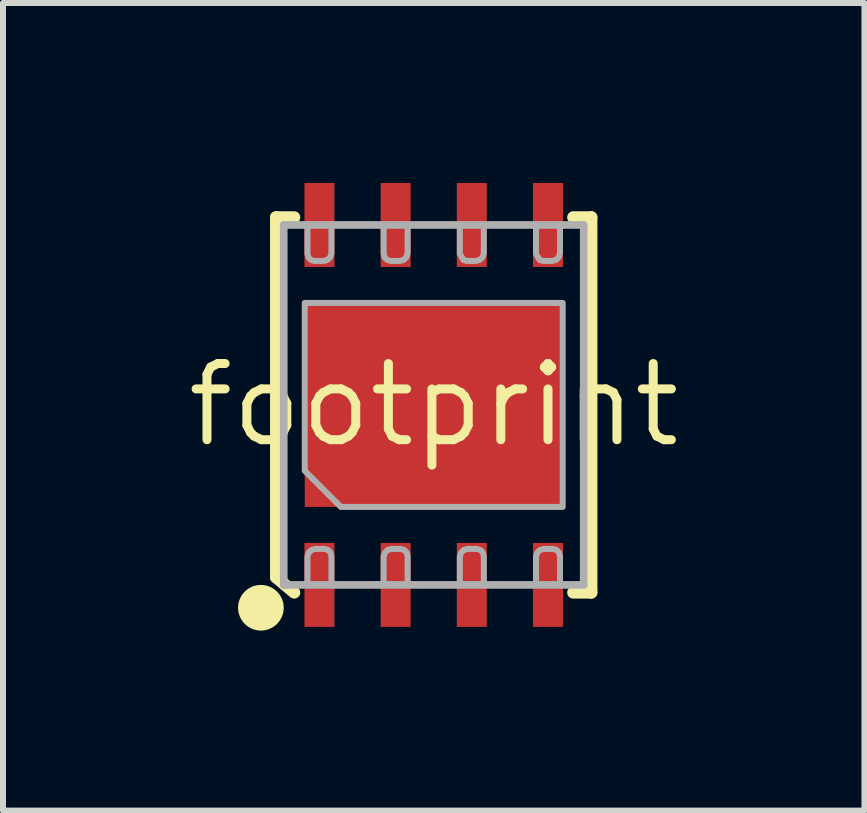
<source format=kicad_pcb>
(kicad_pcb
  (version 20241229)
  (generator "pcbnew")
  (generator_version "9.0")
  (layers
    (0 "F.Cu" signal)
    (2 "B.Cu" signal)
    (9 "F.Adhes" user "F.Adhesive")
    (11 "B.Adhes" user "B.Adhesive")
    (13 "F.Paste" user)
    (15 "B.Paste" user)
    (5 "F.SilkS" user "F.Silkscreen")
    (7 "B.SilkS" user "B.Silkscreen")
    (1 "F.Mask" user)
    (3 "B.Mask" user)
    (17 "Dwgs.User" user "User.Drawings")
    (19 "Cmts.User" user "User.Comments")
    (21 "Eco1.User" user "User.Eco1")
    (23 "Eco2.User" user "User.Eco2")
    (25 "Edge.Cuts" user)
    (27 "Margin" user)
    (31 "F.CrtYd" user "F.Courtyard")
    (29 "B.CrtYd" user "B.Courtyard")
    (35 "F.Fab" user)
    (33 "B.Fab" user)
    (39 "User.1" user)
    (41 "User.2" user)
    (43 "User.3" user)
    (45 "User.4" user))
  (footprint "footprint"
    (layer "F.Cu")
    (at 4.18 3.7)
    (property "Reference" "footprint" (at 0 0 0) (layer "F.SilkS") (effects (font (size 1.27 1.27) (thickness 0.15))))
    (fp_line (start -2.627 -3.127) (end -2.627 2.873) (stroke (width 0.203) (type solid)) (layer "F.SilkS"))
    (fp_line (start -2.627 2.873) (end -2.326 3.127) (stroke (width 0.203) (type solid)) (layer "F.SilkS"))
    (fp_line (start -2.326 -3.127) (end -2.627 -3.127) (stroke (width 0.203) (type solid)) (layer "F.SilkS"))
    (fp_line (start 2.326 3.127) (end 2.627 3.127) (stroke (width 0.203) (type solid)) (layer "F.SilkS"))
    (fp_line (start 2.627 -3.127) (end 2.326 -3.127) (stroke (width 0.203) (type solid)) (layer "F.SilkS"))
    (fp_line (start 2.627 3.127) (end 2.627 -3.127) (stroke (width 0.203) (type solid)) (layer "F.SilkS"))
    (fp_circle (center -2.881 3.381) (end -2.691 3.381) (stroke (width 0.381) (type solid)) (fill yes) (layer "F.SilkS"))
    (fp_line (start -2.5 -3) (end -2.5 3) (stroke (width 0.127) (type solid)) (layer "F.Fab"))
    (fp_line (start -2.5 3) (end 2.5 3) (stroke (width 0.127) (type solid)) (layer "F.Fab"))
    (fp_line (start 2.5 -3) (end -2.5 -3) (stroke (width 0.127) (type solid)) (layer "F.Fab"))
    (fp_line (start 2.5 3) (end 2.5 -3) (stroke (width 0.127) (type solid)) (layer "F.Fab"))
    (fp_poly (pts (xy 2.15 1.7) (xy -1.548 1.7) (xy -2.15 1.098) (xy -2.15 -1.7) (xy 2.15 -1.7)) (stroke (width 0.1) (type solid)) (fill no) (layer "F.Fab"))
    (fp_poly (pts (xy 0.835 -2.531) (xy 0.817 -2.466) (xy 0.769 -2.418) (xy 0.704 -2.4) (xy 0.554 -2.4) (xy 0.495 -2.416) (xy 0.435 -2.519) (xy 0.435 -3) (xy 0.835 -3)) (stroke (width 0.1) (type solid)) (fill no) (layer "F.Fab"))
    (fp_poly (pts (xy 2.105 -2.531) (xy 2.087 -2.466) (xy 2.039 -2.418) (xy 1.974 -2.4) (xy 1.824 -2.4) (xy 1.765 -2.416) (xy 1.705 -2.519) (xy 1.705 -3) (xy 2.105 -3)) (stroke (width 0.1) (type solid)) (fill no) (layer "F.Fab"))
    (fp_poly (pts (xy -1.765 2.416) (xy -1.721 2.46) (xy -1.705 2.519) (xy -1.705 3) (xy -2.105 3) (xy -2.105 2.531) (xy -2.087 2.466) (xy -2.039 2.418) (xy -1.974 2.4) (xy -1.824 2.4)) (stroke (width 0.1) (type solid)) (fill no) (layer "F.Fab"))
    (fp_poly (pts (xy -1.705 -2.531) (xy -1.723 -2.466) (xy -1.771 -2.418) (xy -1.836 -2.4) (xy -1.986 -2.4) (xy -2.045 -2.416) (xy -2.089 -2.46) (xy -2.105 -2.519) (xy -2.105 -3) (xy -1.705 -3)) (stroke (width 0.1) (type solid)) (fill no) (layer "F.Fab"))
    (fp_poly (pts (xy -0.495 2.416) (xy -0.451 2.46) (xy -0.435 2.519) (xy -0.435 3) (xy -0.835 3) (xy -0.835 2.531) (xy -0.817 2.466) (xy -0.769 2.418) (xy -0.704 2.4) (xy -0.554 2.4)) (stroke (width 0.1) (type solid)) (fill no) (layer "F.Fab"))
    (fp_poly (pts (xy -0.435 -2.531) (xy -0.453 -2.466) (xy -0.501 -2.418) (xy -0.566 -2.4) (xy -0.716 -2.4) (xy -0.775 -2.416) (xy -0.819 -2.46) (xy -0.835 -2.519) (xy -0.835 -3) (xy -0.435 -3)) (stroke (width 0.1) (type solid)) (fill no) (layer "F.Fab"))
    (fp_poly (pts (xy 0.775 2.416) (xy 0.819 2.46) (xy 0.835 2.519) (xy 0.835 3) (xy 0.435 3) (xy 0.435 2.531) (xy 0.453 2.466) (xy 0.501 2.418) (xy 0.566 2.4) (xy 0.716 2.4)) (stroke (width 0.1) (type solid)) (fill no) (layer "F.Fab"))
    (fp_poly (pts (xy 2.045 2.416) (xy 2.089 2.46) (xy 2.105 2.519) (xy 2.105 3) (xy 1.705 3) (xy 1.705 2.531) (xy 1.723 2.466) (xy 1.771 2.418) (xy 1.836 2.4) (xy 1.986 2.4)) (stroke (width 0.1) (type solid)) (fill no) (layer "F.Fab"))
    (pad "1" smd rect (at -1.905 3 90) (size 1.4 0.5) (layers "F.Cu" "F.Mask" "F.Paste"))
    (pad "2" smd rect (at -0.635 3 90) (size 1.4 0.5) (layers "F.Cu" "F.Mask" "F.Paste"))
    (pad "3" smd rect (at 0.635 3 90) (size 1.4 0.5) (layers "F.Cu" "F.Mask" "F.Paste"))
    (pad "4" smd rect (at 1.905 3 90) (size 1.4 0.5) (layers "F.Cu" "F.Mask" "F.Paste"))
    (pad "5" smd rect (at 1.905 -3 270) (size 1.4 0.5) (layers "F.Cu" "F.Mask" "F.Paste"))
    (pad "6" smd rect (at 0.635 -3 270) (size 1.4 0.5) (layers "F.Cu" "F.Mask" "F.Paste"))
    (pad "7" smd rect (at -0.635 -3 270) (size 1.4 0.5) (layers "F.Cu" "F.Mask" "F.Paste"))
    (pad "8" smd rect (at -1.905 -3 270) (size 1.4 0.5) (layers "F.Cu" "F.Mask" "F.Paste"))
    (pad "EP" smd rect (at 0 0 90) (size 3.4 4.3) (layers "F.Cu" "F.Mask" "F.Paste")))
  (gr_rect
    (start -3 -3)
    (end 11.36 10.462)
    (stroke (width 0.1) (type default))
    (fill no)
    (layer "Edge.Cuts")))
</source>
